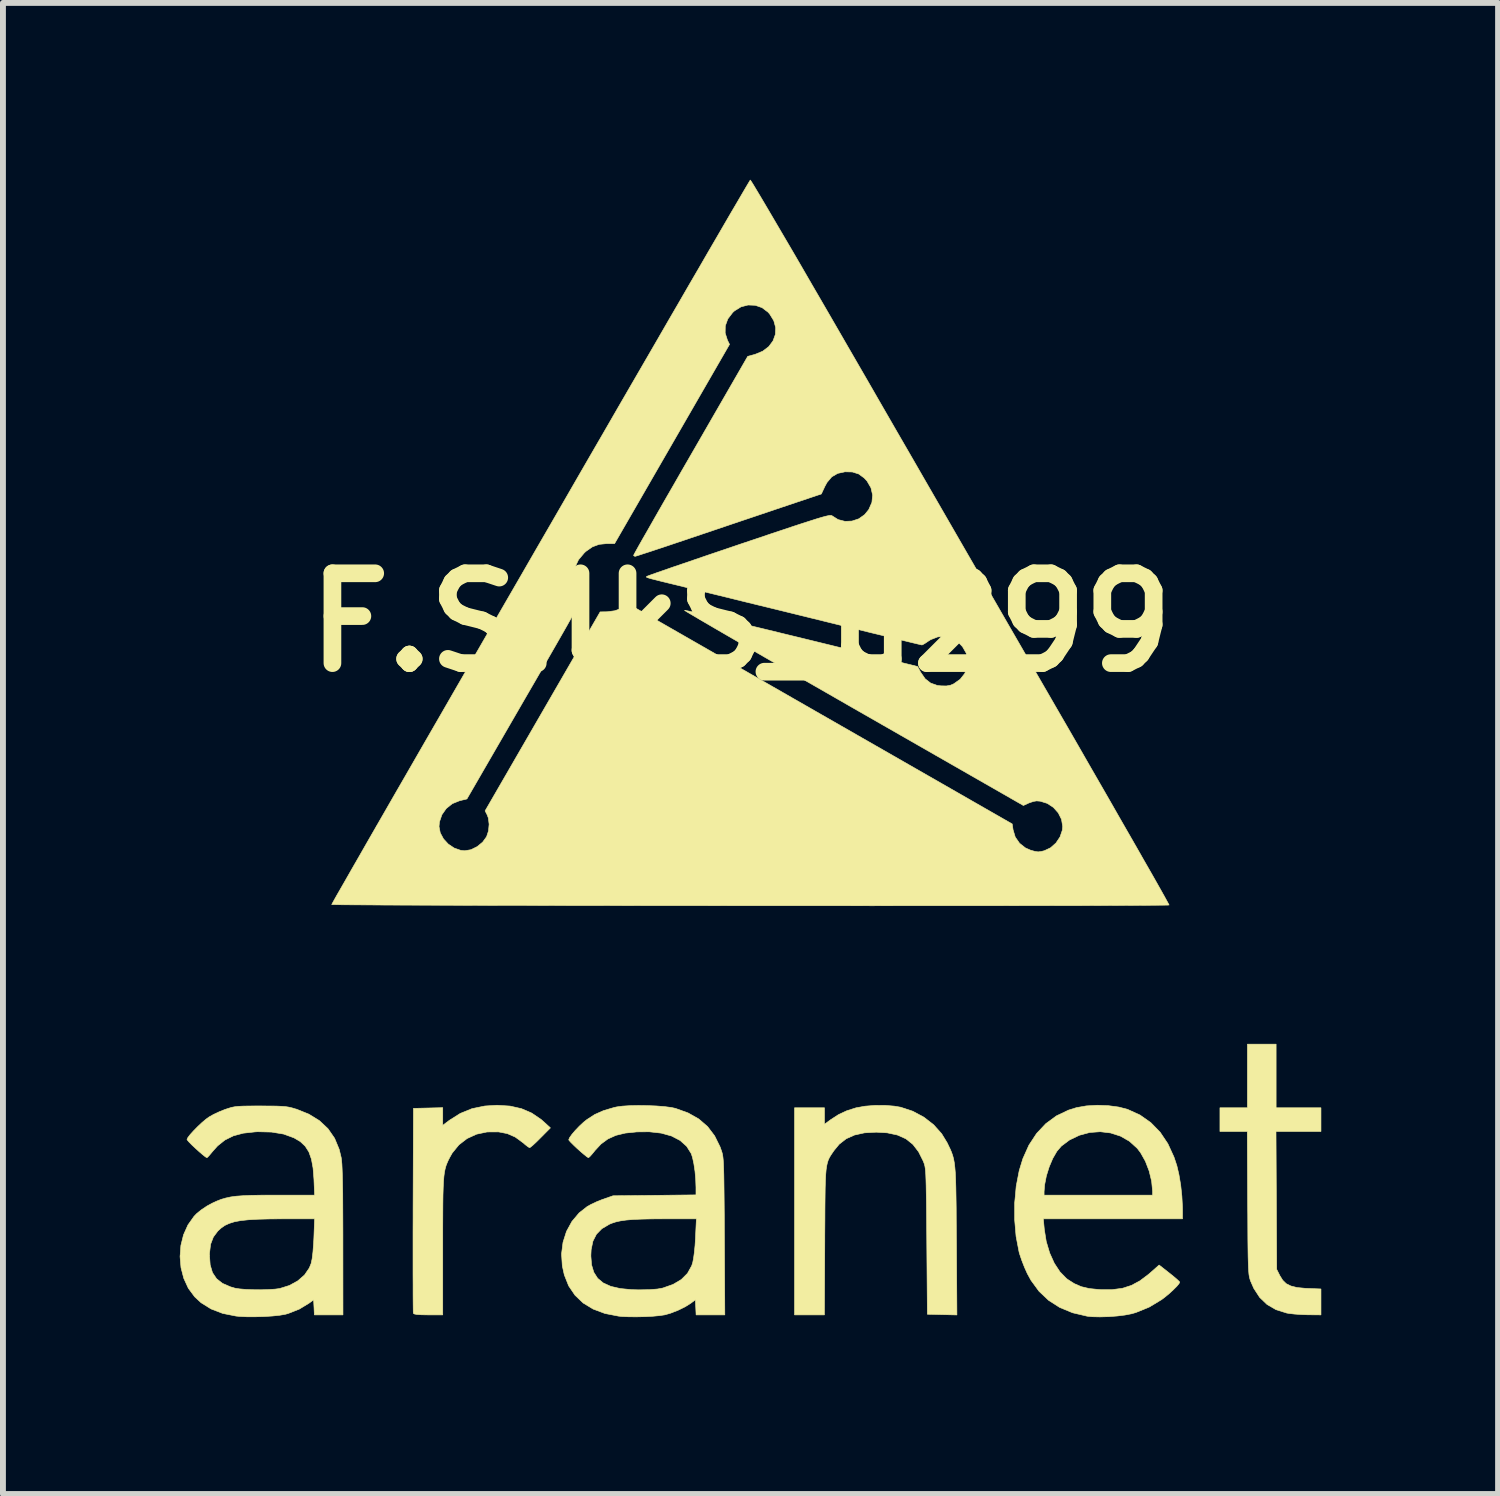
<source format=kicad_pcb>
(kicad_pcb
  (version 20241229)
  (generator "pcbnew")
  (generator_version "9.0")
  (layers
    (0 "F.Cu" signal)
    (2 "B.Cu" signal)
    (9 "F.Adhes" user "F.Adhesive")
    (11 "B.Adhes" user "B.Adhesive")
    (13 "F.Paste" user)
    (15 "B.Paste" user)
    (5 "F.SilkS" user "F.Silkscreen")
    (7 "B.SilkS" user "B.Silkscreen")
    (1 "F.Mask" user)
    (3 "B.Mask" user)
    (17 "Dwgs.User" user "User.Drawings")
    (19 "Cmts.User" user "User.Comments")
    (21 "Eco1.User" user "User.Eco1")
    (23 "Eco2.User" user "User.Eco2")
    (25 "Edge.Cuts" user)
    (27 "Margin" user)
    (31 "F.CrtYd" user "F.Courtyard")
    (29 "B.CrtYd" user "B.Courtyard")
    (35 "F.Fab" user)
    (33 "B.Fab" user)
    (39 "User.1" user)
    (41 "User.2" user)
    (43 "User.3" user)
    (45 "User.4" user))
  (footprint "F.SilkS_g299"
    (layer "F.Cu")
    (at 9.521 7.512)
    (property "Reference" "F.SilkS_g299" (at 0 0 0) (layer "F.SilkS") (effects (font (size 1.524 1.524) (thickness 0.3))))
    (attr through_hole)
    (fp_poly (pts (xy 9.081 8.234) (xy 9.842 8.234) (xy 9.842 8.636) (xy 9.079 8.636) (xy 9.085 9.805) (xy 9.091 10.975) (xy 9.144 11.081) (xy 9.193 11.16) (xy 9.253 11.219) (xy 9.332 11.258) (xy 9.436 11.284) (xy 9.573 11.297) (xy 9.614 11.299) (xy 9.842 11.308) (xy 9.842 11.748) (xy 9.615 11.746) (xy 9.504 11.742) (xy 9.393 11.734) (xy 9.298 11.723) (xy 9.258 11.716) (xy 9.078 11.659) (xy 8.927 11.571) (xy 8.802 11.451) (xy 8.702 11.297) (xy 8.651 11.181) (xy 8.641 11.154) (xy 8.633 11.127) (xy 8.626 11.096) (xy 8.62 11.057) (xy 8.616 11.008) (xy 8.612 10.944) (xy 8.609 10.861) (xy 8.606 10.757) (xy 8.604 10.628) (xy 8.602 10.469) (xy 8.601 10.279) (xy 8.6 10.052) (xy 8.598 9.848) (xy 8.592 8.636) (xy 8.128 8.636) (xy 8.128 8.234) (xy 8.594 8.234) (xy 8.594 7.154) (xy 9.081 7.154) (xy 9.081 8.234)) (stroke (width 0.01) (type solid)) (fill yes) (layer "F.SilkS"))
    (fp_poly (pts (xy -3.917 8.205) (xy -3.723 8.249) (xy -3.549 8.324) (xy -3.39 8.432) (xy -3.336 8.48) (xy -3.232 8.575) (xy -3.399 8.743) (xy -3.467 8.811) (xy -3.525 8.865) (xy -3.567 8.9) (xy -3.584 8.911) (xy -3.609 8.898) (xy -3.654 8.864) (xy -3.697 8.827) (xy -3.828 8.731) (xy -3.963 8.672) (xy -4.113 8.643) (xy -4.307 8.644) (xy -4.486 8.682) (xy -4.647 8.756) (xy -4.785 8.863) (xy -4.899 9.003) (xy -4.941 9.078) (xy -4.966 9.127) (xy -4.986 9.173) (xy -5.004 9.219) (xy -5.018 9.27) (xy -5.03 9.328) (xy -5.039 9.398) (xy -5.046 9.484) (xy -5.051 9.589) (xy -5.055 9.717) (xy -5.057 9.871) (xy -5.058 10.056) (xy -5.059 10.275) (xy -5.059 10.532) (xy -5.059 10.588) (xy -5.059 11.748) (xy -5.303 11.748) (xy -5.419 11.746) (xy -5.498 11.741) (xy -5.542 11.732) (xy -5.557 11.721) (xy -5.559 11.696) (xy -5.56 11.632) (xy -5.561 11.532) (xy -5.562 11.4) (xy -5.562 11.238) (xy -5.563 11.049) (xy -5.563 10.838) (xy -5.563 10.606) (xy -5.563 10.358) (xy -5.562 10.097) (xy -5.562 9.97) (xy -5.556 8.244) (xy -5.308 8.238) (xy -5.059 8.232) (xy -5.059 8.532) (xy -4.947 8.447) (xy -4.762 8.33) (xy -4.563 8.249) (xy -4.346 8.204) (xy -4.138 8.191) (xy -3.917 8.205)) (stroke (width 0.01) (type solid)) (fill yes) (layer "F.SilkS"))
    (fp_poly (pts (xy 2.603 8.206) (xy 2.709 8.224) (xy 2.915 8.292) (xy 3.104 8.393) (xy 3.269 8.521) (xy 3.406 8.674) (xy 3.5 8.828) (xy 3.529 8.889) (xy 3.555 8.943) (xy 3.576 8.994) (xy 3.594 9.046) (xy 3.609 9.103) (xy 3.621 9.168) (xy 3.63 9.244) (xy 3.638 9.337) (xy 3.643 9.449) (xy 3.647 9.583) (xy 3.65 9.745) (xy 3.653 9.936) (xy 3.654 10.162) (xy 3.656 10.426) (xy 3.657 10.494) (xy 3.665 11.749) (xy 3.415 11.743) (xy 3.164 11.737) (xy 3.154 10.499) (xy 3.152 10.239) (xy 3.15 10.018) (xy 3.148 9.832) (xy 3.145 9.678) (xy 3.143 9.552) (xy 3.14 9.451) (xy 3.137 9.372) (xy 3.133 9.31) (xy 3.128 9.262) (xy 3.122 9.225) (xy 3.115 9.196) (xy 3.106 9.17) (xy 3.096 9.145) (xy 3.095 9.141) (xy 3.015 8.981) (xy 2.918 8.855) (xy 2.799 8.76) (xy 2.655 8.696) (xy 2.483 8.659) (xy 2.297 8.648) (xy 2.097 8.659) (xy 1.928 8.696) (xy 1.787 8.759) (xy 1.668 8.852) (xy 1.58 8.959) (xy 1.549 9.004) (xy 1.523 9.043) (xy 1.501 9.08) (xy 1.483 9.119) (xy 1.468 9.164) (xy 1.456 9.218) (xy 1.446 9.285) (xy 1.439 9.368) (xy 1.434 9.471) (xy 1.43 9.596) (xy 1.428 9.749) (xy 1.426 9.932) (xy 1.425 10.149) (xy 1.423 10.404) (xy 1.423 10.504) (xy 1.417 11.748) (xy 0.91 11.748) (xy 0.91 8.234) (xy 1.418 8.234) (xy 1.418 8.513) (xy 1.519 8.439) (xy 1.656 8.35) (xy 1.795 8.285) (xy 1.955 8.234) (xy 1.963 8.233) (xy 2.105 8.207) (xy 2.27 8.194) (xy 2.442 8.193) (xy 2.603 8.206)) (stroke (width 0.01) (type solid)) (fill yes) (layer "F.SilkS"))
    (fp_poly (pts (xy 6.234 8.198) (xy 6.413 8.222) (xy 6.561 8.261) (xy 6.772 8.357) (xy 6.955 8.486) (xy 7.113 8.648) (xy 7.244 8.843) (xy 7.348 9.07) (xy 7.397 9.217) (xy 7.432 9.367) (xy 7.462 9.545) (xy 7.482 9.733) (xy 7.492 9.916) (xy 7.493 9.972) (xy 7.493 10.118) (xy 5.131 10.118) (xy 5.148 10.298) (xy 5.181 10.504) (xy 5.239 10.698) (xy 5.317 10.871) (xy 5.413 11.017) (xy 5.523 11.13) (xy 5.544 11.146) (xy 5.657 11.218) (xy 5.775 11.269) (xy 5.908 11.301) (xy 6.069 11.317) (xy 6.104 11.319) (xy 6.302 11.319) (xy 6.472 11.297) (xy 6.625 11.248) (xy 6.769 11.171) (xy 6.915 11.061) (xy 6.95 11.031) (xy 7.096 10.902) (xy 7.267 11.036) (xy 7.339 11.094) (xy 7.398 11.144) (xy 7.436 11.18) (xy 7.445 11.192) (xy 7.434 11.217) (xy 7.397 11.262) (xy 7.34 11.319) (xy 7.271 11.383) (xy 7.196 11.445) (xy 7.138 11.489) (xy 6.927 11.616) (xy 6.701 11.708) (xy 6.628 11.729) (xy 6.518 11.75) (xy 6.383 11.767) (xy 6.236 11.778) (xy 6.091 11.782) (xy 5.962 11.779) (xy 5.874 11.77) (xy 5.628 11.712) (xy 5.41 11.622) (xy 5.221 11.501) (xy 5.058 11.347) (xy 4.922 11.161) (xy 4.86 11.048) (xy 4.812 10.941) (xy 4.767 10.826) (xy 4.731 10.72) (xy 4.72 10.682) (xy 4.669 10.416) (xy 4.645 10.134) (xy 4.645 9.848) (xy 4.658 9.716) (xy 5.144 9.716) (xy 6.985 9.716) (xy 6.985 9.647) (xy 6.969 9.48) (xy 6.927 9.307) (xy 6.863 9.141) (xy 6.781 8.995) (xy 6.725 8.922) (xy 6.593 8.802) (xy 6.441 8.715) (xy 6.273 8.661) (xy 6.097 8.64) (xy 5.918 8.653) (xy 5.743 8.7) (xy 5.576 8.78) (xy 5.437 8.884) (xy 5.361 8.973) (xy 5.291 9.094) (xy 5.231 9.236) (xy 5.183 9.389) (xy 5.153 9.542) (xy 5.144 9.657) (xy 5.144 9.716) (xy 4.658 9.716) (xy 4.671 9.566) (xy 4.722 9.301) (xy 4.784 9.098) (xy 4.887 8.868) (xy 5.017 8.67) (xy 5.173 8.504) (xy 5.354 8.371) (xy 5.558 8.274) (xy 5.695 8.231) (xy 5.861 8.202) (xy 6.046 8.191) (xy 6.234 8.198)) (stroke (width 0.01) (type solid)) (fill yes) (layer "F.SilkS"))
    (fp_poly (pts (xy -1.587 8.197) (xy -1.436 8.203) (xy -1.296 8.214) (xy -1.18 8.229) (xy -1.111 8.244) (xy -0.897 8.321) (xy -0.716 8.423) (xy -0.566 8.552) (xy -0.446 8.71) (xy -0.353 8.898) (xy -0.326 8.975) (xy -0.318 9.001) (xy -0.311 9.032) (xy -0.305 9.071) (xy -0.3 9.12) (xy -0.296 9.183) (xy -0.293 9.264) (xy -0.29 9.366) (xy -0.288 9.492) (xy -0.286 9.646) (xy -0.284 9.831) (xy -0.282 10.05) (xy -0.281 10.306) (xy -0.28 10.419) (xy -0.273 11.748) (xy -0.76 11.748) (xy -0.766 11.62) (xy -0.773 11.492) (xy -0.847 11.548) (xy -0.945 11.61) (xy -1.067 11.67) (xy -1.196 11.72) (xy -1.291 11.747) (xy -1.378 11.76) (xy -1.494 11.771) (xy -1.629 11.778) (xy -1.77 11.781) (xy -1.904 11.78) (xy -2.02 11.775) (xy -2.076 11.769) (xy -2.307 11.724) (xy -2.507 11.649) (xy -2.677 11.546) (xy -2.815 11.414) (xy -2.922 11.256) (xy -2.996 11.07) (xy -3.03 10.917) (xy -3.041 10.746) (xy -2.546 10.746) (xy -2.534 10.899) (xy -2.496 11.025) (xy -2.431 11.127) (xy -2.336 11.206) (xy -2.208 11.264) (xy -2.048 11.301) (xy -1.851 11.32) (xy -1.735 11.323) (xy -1.555 11.32) (xy -1.415 11.309) (xy -1.327 11.293) (xy -1.151 11.231) (xy -1.011 11.148) (xy -0.906 11.043) (xy -0.835 10.915) (xy -0.818 10.863) (xy -0.804 10.793) (xy -0.79 10.691) (xy -0.778 10.57) (xy -0.77 10.44) (xy -0.77 10.43) (xy -0.755 10.118) (xy -1.293 10.118) (xy -1.507 10.119) (xy -1.684 10.123) (xy -1.829 10.129) (xy -1.948 10.139) (xy -2.045 10.153) (xy -2.125 10.171) (xy -2.194 10.194) (xy -2.232 10.21) (xy -2.359 10.285) (xy -2.451 10.379) (xy -2.511 10.497) (xy -2.541 10.641) (xy -2.546 10.746) (xy -3.041 10.746) (xy -3.043 10.713) (xy -3.018 10.516) (xy -2.959 10.331) (xy -2.867 10.163) (xy -2.745 10.018) (xy -2.607 9.909) (xy -2.538 9.871) (xy -2.446 9.828) (xy -2.351 9.79) (xy -2.339 9.786) (xy -2.17 9.727) (xy -1.466 9.72) (xy -0.762 9.712) (xy -0.762 9.582) (xy -0.767 9.447) (xy -0.779 9.31) (xy -0.798 9.183) (xy -0.821 9.077) (xy -0.842 9.012) (xy -0.92 8.888) (xy -1.032 8.788) (xy -1.176 8.713) (xy -1.351 8.664) (xy -1.556 8.641) (xy -1.767 8.643) (xy -1.961 8.663) (xy -2.122 8.702) (xy -2.257 8.763) (xy -2.373 8.848) (xy -2.478 8.961) (xy -2.482 8.967) (xy -2.529 9.024) (xy -2.566 9.065) (xy -2.586 9.08) (xy -2.586 9.081) (xy -2.611 9.067) (xy -2.656 9.031) (xy -2.715 8.981) (xy -2.779 8.924) (xy -2.839 8.867) (xy -2.888 8.818) (xy -2.917 8.785) (xy -2.921 8.776) (xy -2.906 8.74) (xy -2.866 8.684) (xy -2.809 8.617) (xy -2.741 8.546) (xy -2.669 8.479) (xy -2.614 8.435) (xy -2.48 8.348) (xy -2.331 8.282) (xy -2.155 8.23) (xy -2.106 8.219) (xy -2.011 8.206) (xy -1.886 8.198) (xy -1.741 8.195) (xy -1.587 8.197)) (stroke (width 0.01) (type solid)) (fill yes) (layer "F.SilkS"))
    (fp_poly (pts (xy -8.149 8.203) (xy -8 8.204) (xy -7.885 8.205) (xy -7.797 8.209) (xy -7.728 8.214) (xy -7.67 8.223) (xy -7.615 8.236) (xy -7.555 8.254) (xy -7.542 8.257) (xy -7.331 8.342) (xy -7.152 8.452) (xy -7.006 8.589) (xy -6.894 8.751) (xy -6.816 8.939) (xy -6.782 9.079) (xy -6.776 9.126) (xy -6.77 9.19) (xy -6.766 9.275) (xy -6.762 9.383) (xy -6.759 9.517) (xy -6.756 9.681) (xy -6.755 9.877) (xy -6.754 10.108) (xy -6.753 10.377) (xy -6.753 10.493) (xy -6.752 11.748) (xy -7.237 11.748) (xy -7.243 11.62) (xy -7.25 11.492) (xy -7.324 11.547) (xy -7.493 11.65) (xy -7.681 11.724) (xy -7.731 11.738) (xy -7.824 11.754) (xy -7.947 11.767) (xy -8.089 11.776) (xy -8.238 11.78) (xy -8.381 11.78) (xy -8.506 11.774) (xy -8.566 11.768) (xy -8.792 11.723) (xy -8.99 11.647) (xy -9.16 11.541) (xy -9.268 11.441) (xy -9.376 11.295) (xy -9.453 11.127) (xy -9.5 10.946) (xy -9.516 10.758) (xy -9.514 10.737) (xy -9.017 10.737) (xy -9.005 10.9) (xy -8.966 11.031) (xy -8.897 11.134) (xy -8.797 11.213) (xy -8.661 11.272) (xy -8.583 11.295) (xy -8.506 11.307) (xy -8.398 11.316) (xy -8.272 11.321) (xy -8.14 11.322) (xy -8.013 11.318) (xy -7.904 11.311) (xy -7.827 11.301) (xy -7.661 11.249) (xy -7.519 11.171) (xy -7.404 11.071) (xy -7.323 10.952) (xy -7.292 10.876) (xy -7.275 10.796) (xy -7.261 10.68) (xy -7.25 10.535) (xy -7.245 10.44) (xy -7.233 10.118) (xy -7.77 10.118) (xy -8.001 10.12) (xy -8.195 10.125) (xy -8.355 10.134) (xy -8.487 10.148) (xy -8.594 10.168) (xy -8.682 10.196) (xy -8.756 10.23) (xy -8.819 10.274) (xy -8.875 10.325) (xy -8.951 10.427) (xy -8.998 10.55) (xy -9.016 10.699) (xy -9.017 10.737) (xy -9.514 10.737) (xy -9.502 10.57) (xy -9.457 10.389) (xy -9.382 10.222) (xy -9.278 10.075) (xy -9.229 10.025) (xy -9.153 9.964) (xy -9.059 9.901) (xy -8.968 9.852) (xy -8.89 9.816) (xy -8.816 9.787) (xy -8.74 9.765) (xy -8.657 9.747) (xy -8.562 9.734) (xy -8.449 9.726) (xy -8.311 9.72) (xy -8.144 9.717) (xy -7.943 9.716) (xy -7.876 9.716) (xy -7.233 9.716) (xy -7.244 9.446) (xy -7.259 9.257) (xy -7.287 9.105) (xy -7.33 8.983) (xy -7.393 8.885) (xy -7.476 8.807) (xy -7.583 8.744) (xy -7.583 8.744) (xy -7.758 8.68) (xy -7.964 8.646) (xy -8.201 8.64) (xy -8.246 8.643) (xy -8.445 8.665) (xy -8.612 8.71) (xy -8.755 8.781) (xy -8.879 8.88) (xy -8.964 8.975) (xy -9.009 9.029) (xy -9.044 9.068) (xy -9.06 9.081) (xy -9.085 9.067) (xy -9.131 9.031) (xy -9.19 8.98) (xy -9.254 8.922) (xy -9.315 8.865) (xy -9.364 8.815) (xy -9.393 8.781) (xy -9.398 8.772) (xy -9.383 8.739) (xy -9.343 8.687) (xy -9.285 8.623) (xy -9.216 8.553) (xy -9.144 8.485) (xy -9.075 8.427) (xy -9.024 8.39) (xy -8.948 8.347) (xy -8.852 8.302) (xy -8.755 8.263) (xy -8.749 8.261) (xy -8.691 8.242) (xy -8.641 8.227) (xy -8.59 8.217) (xy -8.531 8.21) (xy -8.456 8.206) (xy -8.359 8.204) (xy -8.23 8.203) (xy -8.149 8.203)) (stroke (width 0.01) (type solid)) (fill yes) (layer "F.SilkS"))
    (fp_poly (pts (xy 0.172 -7.49) (xy 0.205 -7.438) (xy 0.256 -7.353) (xy 0.325 -7.238) (xy 0.411 -7.093) (xy 0.511 -6.923) (xy 0.626 -6.727) (xy 0.754 -6.509) (xy 0.894 -6.27) (xy 1.044 -6.012) (xy 1.203 -5.737) (xy 1.371 -5.448) (xy 1.546 -5.146) (xy 1.727 -4.833) (xy 1.777 -4.746) (xy 1.972 -4.409) (xy 2.186 -4.039) (xy 2.415 -3.641) (xy 2.658 -3.22) (xy 2.912 -2.781) (xy 3.174 -2.326) (xy 3.442 -1.862) (xy 3.713 -1.392) (xy 3.985 -0.921) (xy 4.255 -0.454) (xy 4.52 0.006) (xy 4.779 0.454) (xy 5.027 0.885) (xy 5.264 1.295) (xy 5.325 1.401) (xy 5.527 1.75) (xy 5.723 2.09) (xy 5.911 2.418) (xy 6.092 2.732) (xy 6.264 3.031) (xy 6.425 3.313) (xy 6.576 3.576) (xy 6.715 3.818) (xy 6.84 4.038) (xy 6.952 4.233) (xy 7.048 4.402) (xy 7.128 4.544) (xy 7.19 4.655) (xy 7.234 4.735) (xy 7.259 4.781) (xy 7.265 4.793) (xy 7.243 4.795) (xy 7.18 4.796) (xy 7.079 4.797) (xy 6.941 4.798) (xy 6.769 4.799) (xy 6.563 4.8) (xy 6.327 4.801) (xy 6.062 4.802) (xy 5.769 4.803) (xy 5.452 4.803) (xy 5.11 4.804) (xy 4.748 4.804) (xy 4.365 4.805) (xy 3.965 4.805) (xy 3.549 4.805) (xy 3.12 4.805) (xy 2.678 4.805) (xy 2.225 4.806) (xy 1.765 4.805) (xy 1.298 4.805) (xy 0.827 4.805) (xy 0.353 4.805) (xy -0.122 4.805) (xy -0.596 4.804) (xy -1.067 4.804) (xy -1.532 4.804) (xy -1.991 4.803) (xy -2.442 4.802) (xy -2.881 4.802) (xy -3.309 4.801) (xy -3.722 4.8) (xy -4.119 4.8) (xy -4.497 4.799) (xy -4.856 4.798) (xy -5.193 4.797) (xy -5.506 4.796) (xy -5.793 4.795) (xy -6.053 4.794) (xy -6.283 4.792) (xy -6.482 4.791) (xy -6.648 4.79) (xy -6.779 4.789) (xy -6.873 4.787) (xy -6.928 4.786) (xy -6.943 4.785) (xy -6.932 4.765) (xy -6.902 4.71) (xy -6.852 4.621) (xy -6.783 4.501) (xy -6.697 4.351) (xy -6.595 4.172) (xy -6.477 3.967) (xy -6.345 3.736) (xy -6.199 3.482) (xy -6.188 3.463) (xy -5.122 3.463) (xy -5.101 3.57) (xy -5.046 3.672) (xy -4.965 3.76) (xy -4.865 3.827) (xy -4.754 3.866) (xy -4.686 3.873) (xy -4.58 3.855) (xy -4.475 3.803) (xy -4.382 3.727) (xy -4.315 3.635) (xy -4.315 3.635) (xy -4.282 3.535) (xy -4.272 3.423) (xy -4.285 3.317) (xy -4.306 3.262) (xy -4.34 3.196) (xy -3.364 1.508) (xy -2.388 -0.18) (xy -2.268 -0.182) (xy -2.14 -0.199) (xy -2.017 -0.243) (xy -1.885 -0.301) (xy 1.359 1.559) (xy 4.603 3.418) (xy 4.618 3.518) (xy 4.655 3.641) (xy 4.728 3.746) (xy 4.828 3.825) (xy 4.914 3.863) (xy 4.989 3.884) (xy 5.044 3.892) (xy 5.097 3.885) (xy 5.149 3.872) (xy 5.255 3.822) (xy 5.346 3.741) (xy 5.415 3.638) (xy 5.454 3.523) (xy 5.46 3.461) (xy 5.44 3.34) (xy 5.385 3.23) (xy 5.302 3.137) (xy 5.198 3.069) (xy 5.079 3.032) (xy 5.016 3.027) (xy 4.964 3.036) (xy 4.897 3.058) (xy 4.878 3.066) (xy 4.793 3.105) (xy 1.908 1.453) (xy 1.586 1.268) (xy 1.274 1.089) (xy 0.974 0.917) (xy 0.689 0.753) (xy 0.42 0.598) (xy 0.169 0.453) (xy -0.062 0.319) (xy -0.271 0.198) (xy -0.455 0.091) (xy -0.614 -0.002) (xy -0.745 -0.079) (xy -0.847 -0.139) (xy -0.916 -0.18) (xy -0.952 -0.203) (xy -0.956 -0.207) (xy -0.937 -0.204) (xy -0.888 -0.194) (xy -0.806 -0.176) (xy -0.693 -0.15) (xy -0.546 -0.115) (xy -0.365 -0.072) (xy -0.15 -0.021) (xy 0.101 0.04) (xy 0.388 0.109) (xy 0.712 0.188) (xy 1.074 0.276) (xy 1.475 0.374) (xy 1.914 0.482) (xy 2.394 0.599) (xy 2.51 0.627) (xy 2.998 0.747) (xy 3.049 0.843) (xy 3.126 0.955) (xy 3.219 1.028) (xy 3.332 1.068) (xy 3.394 1.075) (xy 3.486 1.077) (xy 3.555 1.065) (xy 3.611 1.041) (xy 3.72 0.964) (xy 3.797 0.867) (xy 3.841 0.755) (xy 3.849 0.637) (xy 3.823 0.52) (xy 3.76 0.41) (xy 3.699 0.346) (xy 3.586 0.272) (xy 3.465 0.238) (xy 3.341 0.244) (xy 3.22 0.291) (xy 3.182 0.315) (xy 3.127 0.352) (xy 3.086 0.376) (xy 3.071 0.381) (xy 3.049 0.376) (xy 2.988 0.362) (xy 2.892 0.339) (xy 2.765 0.308) (xy 2.609 0.27) (xy 2.427 0.226) (xy 2.223 0.177) (xy 2 0.122) (xy 1.761 0.064) (xy 1.509 0.002) (xy 1.416 -0.021) (xy 1.14 -0.089) (xy 0.86 -0.158) (xy 0.583 -0.226) (xy 0.312 -0.292) (xy 0.054 -0.355) (xy -0.188 -0.415) (xy -0.409 -0.469) (xy -0.602 -0.516) (xy -0.764 -0.556) (xy -0.878 -0.583) (xy -1.072 -0.631) (xy -1.229 -0.669) (xy -1.352 -0.699) (xy -1.446 -0.723) (xy -1.514 -0.74) (xy -1.559 -0.753) (xy -1.587 -0.762) (xy -1.601 -0.769) (xy -1.604 -0.773) (xy -1.601 -0.778) (xy -1.595 -0.783) (xy -1.572 -0.792) (xy -1.513 -0.814) (xy -1.42 -0.847) (xy -1.295 -0.89) (xy -1.144 -0.943) (xy -0.967 -1.003) (xy -0.769 -1.071) (xy -0.553 -1.145) (xy -0.322 -1.223) (xy -0.078 -1.306) (xy -0.034 -1.321) (xy 0.255 -1.418) (xy 0.506 -1.503) (xy 0.723 -1.575) (xy 0.907 -1.637) (xy 1.061 -1.687) (xy 1.189 -1.728) (xy 1.292 -1.761) (xy 1.373 -1.785) (xy 1.435 -1.802) (xy 1.48 -1.812) (xy 1.512 -1.817) (xy 1.531 -1.817) (xy 1.542 -1.813) (xy 1.543 -1.813) (xy 1.649 -1.746) (xy 1.766 -1.716) (xy 1.885 -1.721) (xy 2 -1.759) (xy 2.1 -1.83) (xy 2.169 -1.915) (xy 2.223 -2.038) (xy 2.235 -2.162) (xy 2.207 -2.285) (xy 2.14 -2.4) (xy 2.093 -2.451) (xy 1.999 -2.52) (xy 1.891 -2.554) (xy 1.766 -2.557) (xy 1.642 -2.53) (xy 1.541 -2.471) (xy 1.461 -2.376) (xy 1.424 -2.308) (xy 1.365 -2.181) (xy 0.677 -1.95) (xy 0.497 -1.889) (xy 0.286 -1.818) (xy 0.054 -1.74) (xy -0.189 -1.658) (xy -0.434 -1.575) (xy -0.671 -1.495) (xy -0.891 -1.421) (xy -0.893 -1.42) (xy -1.078 -1.358) (xy -1.25 -1.3) (xy -1.407 -1.248) (xy -1.542 -1.203) (xy -1.654 -1.167) (xy -1.736 -1.14) (xy -1.785 -1.125) (xy -1.798 -1.122) (xy -1.819 -1.135) (xy -1.82 -1.14) (xy -1.81 -1.161) (xy -1.78 -1.216) (xy -1.732 -1.302) (xy -1.667 -1.417) (xy -1.586 -1.558) (xy -1.492 -1.723) (xy -1.386 -1.909) (xy -1.269 -2.113) (xy -1.142 -2.333) (xy -1.008 -2.567) (xy -0.867 -2.811) (xy -0.852 -2.837) (xy 0.116 -4.516) (xy 0.239 -4.549) (xy 0.37 -4.603) (xy 0.473 -4.681) (xy 0.545 -4.778) (xy 0.585 -4.888) (xy 0.59 -5.004) (xy 0.558 -5.121) (xy 0.489 -5.233) (xy 0.461 -5.265) (xy 0.359 -5.342) (xy 0.244 -5.382) (xy 0.122 -5.387) (xy 0.002 -5.356) (xy -0.108 -5.288) (xy -0.139 -5.26) (xy -0.222 -5.151) (xy -0.265 -5.033) (xy -0.267 -4.911) (xy -0.227 -4.786) (xy -0.225 -4.783) (xy -0.193 -4.719) (xy -1.168 -3.029) (xy -2.143 -1.339) (xy -2.273 -1.339) (xy -2.405 -1.326) (xy -2.519 -1.284) (xy -2.628 -1.208) (xy -2.655 -1.184) (xy -2.755 -1.065) (xy -2.818 -0.931) (xy -2.842 -0.787) (xy -2.827 -0.637) (xy -2.774 -0.486) (xy -2.732 -0.411) (xy -2.728 -0.401) (xy -2.729 -0.386) (xy -2.734 -0.364) (xy -2.747 -0.333) (xy -2.766 -0.289) (xy -2.795 -0.232) (xy -2.834 -0.159) (xy -2.884 -0.067) (xy -2.947 0.046) (xy -3.024 0.181) (xy -3.116 0.342) (xy -3.224 0.53) (xy -3.349 0.748) (xy -3.493 0.997) (xy -3.658 1.281) (xy -3.677 1.314) (xy -4.649 2.994) (xy -4.773 3.024) (xy -4.897 3.074) (xy -4.999 3.156) (xy -5.073 3.261) (xy -5.115 3.384) (xy -5.122 3.463) (xy -6.188 3.463) (xy -6.04 3.206) (xy -5.87 2.91) (xy -5.688 2.595) (xy -5.497 2.263) (xy -5.297 1.916) (xy -5.089 1.556) (xy -4.874 1.183) (xy -4.653 0.8) (xy -4.427 0.408) (xy -4.197 0.009) (xy -3.963 -0.396) (xy -3.727 -0.804) (xy -3.49 -1.215) (xy -3.252 -1.626) (xy -3.015 -2.036) (xy -2.78 -2.444) (xy -2.547 -2.847) (xy -2.317 -3.244) (xy -2.092 -3.634) (xy -1.872 -4.014) (xy -1.658 -4.383) (xy -1.451 -4.74) (xy -1.253 -5.083) (xy -1.063 -5.41) (xy -0.884 -5.72) (xy -0.715 -6.01) (xy -0.559 -6.28) (xy -0.415 -6.527) (xy -0.285 -6.751) (xy -0.17 -6.949) (xy -0.07 -7.119) (xy 0.013 -7.261) (xy 0.078 -7.372) (xy 0.125 -7.451) (xy 0.152 -7.496) (xy 0.159 -7.507) (xy 0.172 -7.49)) (stroke (width 0.01) (type solid)) (fill yes) (layer "F.SilkS")))
  (gr_rect
    (start -3 -3)
    (end 22.368 22.299)
    (stroke (width 0.1) (type default))
    (fill no)
    (layer "Edge.Cuts")))
</source>
